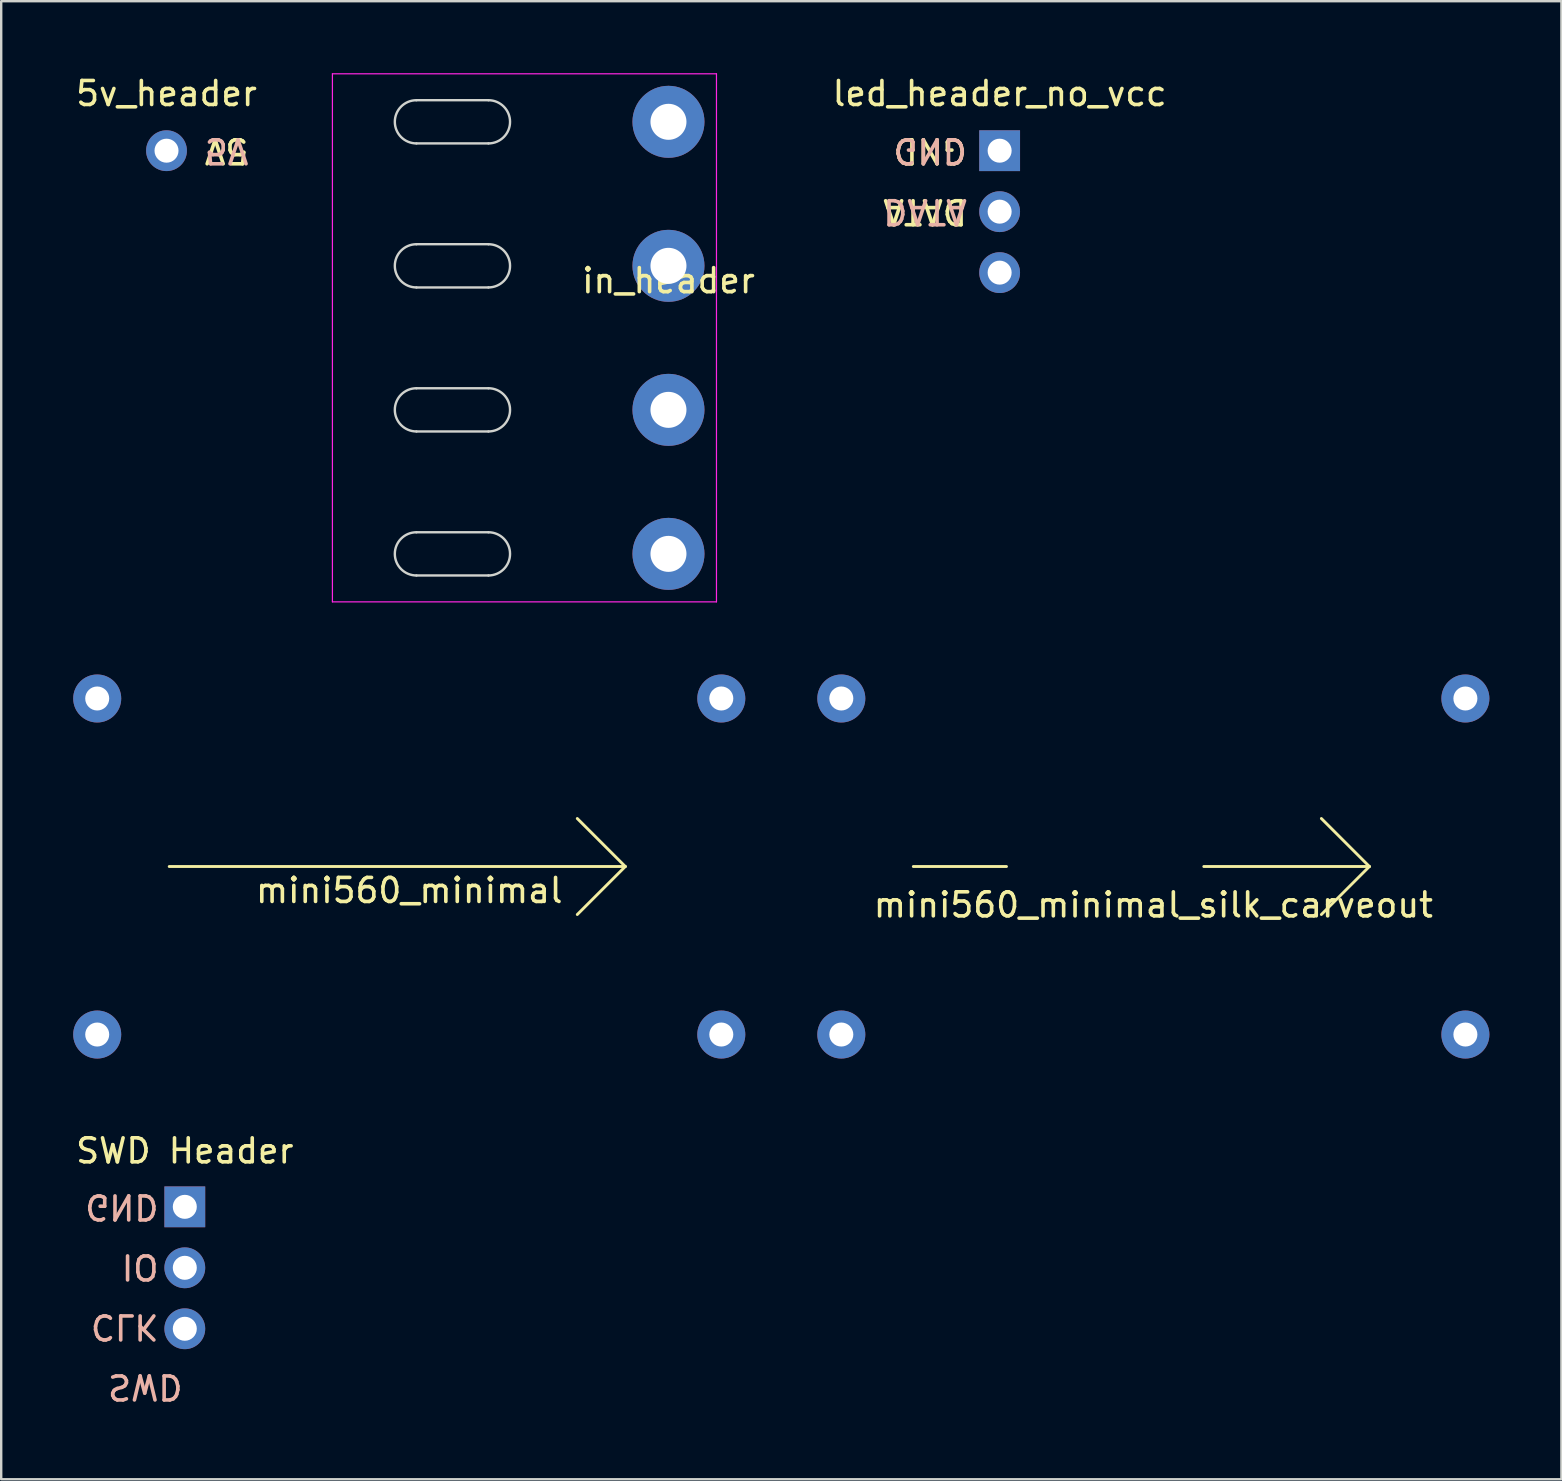
<source format=kicad_pcb>
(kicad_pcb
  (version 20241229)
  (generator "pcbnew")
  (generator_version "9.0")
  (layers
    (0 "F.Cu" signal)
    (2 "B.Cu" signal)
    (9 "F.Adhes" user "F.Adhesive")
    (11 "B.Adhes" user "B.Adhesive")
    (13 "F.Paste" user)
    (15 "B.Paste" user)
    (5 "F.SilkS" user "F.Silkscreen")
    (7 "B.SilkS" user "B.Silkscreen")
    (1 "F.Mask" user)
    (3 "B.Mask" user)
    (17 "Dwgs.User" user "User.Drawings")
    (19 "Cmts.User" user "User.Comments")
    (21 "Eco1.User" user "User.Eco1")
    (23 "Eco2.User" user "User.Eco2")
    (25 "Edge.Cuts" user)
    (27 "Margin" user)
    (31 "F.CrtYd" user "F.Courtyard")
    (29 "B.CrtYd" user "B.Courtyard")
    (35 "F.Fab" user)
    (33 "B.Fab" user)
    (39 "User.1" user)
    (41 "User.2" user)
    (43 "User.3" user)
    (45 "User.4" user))
  (footprint "in_header"
    (layer "F.Cu")
    (at 24.799 11.025)
    (property "Reference" "in_header" (at 0 -2.38 180) (layer "F.SilkS") (effects (font (size 1 1) (thickness 0.15))))
    (attr through_hole dnp)
    (fp_line (start -10.5 -9.9) (end -7.5 -9.9) (stroke (width 0.1) (type solid)) (layer "Edge.Cuts"))
    (fp_line (start -10.5 -8.1) (end -7.5 -8.1) (stroke (width 0.1) (type solid)) (layer "Edge.Cuts"))
    (fp_line (start -10.5 -3.9) (end -7.5 -3.9) (stroke (width 0.1) (type solid)) (layer "Edge.Cuts"))
    (fp_line (start -10.5 -2.1) (end -7.5 -2.1) (stroke (width 0.1) (type solid)) (layer "Edge.Cuts"))
    (fp_line (start -10.5 2.1) (end -7.5 2.1) (stroke (width 0.1) (type solid)) (layer "Edge.Cuts"))
    (fp_line (start -10.5 3.9) (end -7.5 3.9) (stroke (width 0.1) (type solid)) (layer "Edge.Cuts"))
    (fp_line (start -10.5 8.1) (end -7.5 8.1) (stroke (width 0.1) (type solid)) (layer "Edge.Cuts"))
    (fp_line (start -10.5 9.9) (end -7.5 9.9) (stroke (width 0.1) (type solid)) (layer "Edge.Cuts"))
    (fp_arc (start -10.5 -8.1) (mid -11.4 -9) (end -10.5 -9.9) (stroke (width 0.1) (type solid)) (layer "Edge.Cuts"))
    (fp_arc (start -10.5 -2.1) (mid -11.4 -3) (end -10.5 -3.9) (stroke (width 0.1) (type solid)) (layer "Edge.Cuts"))
    (fp_arc (start -10.5 3.9) (mid -11.4 3) (end -10.5 2.1) (stroke (width 0.1) (type solid)) (layer "Edge.Cuts"))
    (fp_arc (start -10.5 9.9) (mid -11.4 9) (end -10.5 8.1) (stroke (width 0.1) (type solid)) (layer "Edge.Cuts"))
    (fp_arc (start -7.5 -9.9) (mid -6.6 -9) (end -7.5 -8.1) (stroke (width 0.1) (type solid)) (layer "Edge.Cuts"))
    (fp_arc (start -7.5 -3.9) (mid -6.6 -3) (end -7.5 -2.1) (stroke (width 0.1) (type solid)) (layer "Edge.Cuts"))
    (fp_arc (start -7.5 2.1) (mid -6.6 3) (end -7.5 3.9) (stroke (width 0.1) (type solid)) (layer "Edge.Cuts"))
    (fp_arc (start -7.5 8.1) (mid -6.6 9) (end -7.5 9.9) (stroke (width 0.1) (type solid)) (layer "Edge.Cuts"))
    (fp_line (start -14 11) (end -14 -11) (stroke (width 0.05) (type solid)) (layer "F.CrtYd"))
    (fp_line (start 2 -11) (end -14 -11) (stroke (width 0.05) (type solid)) (layer "F.CrtYd"))
    (fp_line (start 2 11) (end -14 11) (stroke (width 0.05) (type solid)) (layer "F.CrtYd"))
    (fp_line (start 2 11) (end 2 -11) (stroke (width 0.05) (type solid)) (layer "F.CrtYd"))
    (pad "1" thru_hole circle (at 0 -9) (size 3 3) (drill 1.5) (layers "*.Cu" "*.Mask"))
    (pad "2" thru_hole circle (at 0 -3) (size 3 3) (drill 1.5) (layers "*.Cu" "*.Mask"))
    (pad "3" thru_hole circle (at 0 3) (size 3 3) (drill 1.5) (layers "*.Cu" "*.Mask"))
    (pad "4" thru_hole circle (at 0 9) (size 3 3) (drill 1.5) (layers "*.Cu" "*.Mask")))
  (footprint "SWD Header"
    (layer "F.Cu")
    (at 4.649 47.228)
    (property "Reference" "SWD Header" (at 0 -2.33 0) (layer "F.SilkS") (effects (font (size 1 1) (thickness 0.15))))
    (attr through_hole dnp)
    (fp_text user "GND" (at -1 0 180) (unlocked yes) (layer "B.SilkS") (effects (font (size 1 1) (thickness 0.15)) (justify right mirror)))
    (fp_text user "CLK" (at -1 5 180) (unlocked yes) (layer "B.SilkS") (effects (font (size 1 1) (thickness 0.15)) (justify right mirror)))
    (fp_text user "IO" (at -1 2.5 180) (unlocked yes) (layer "B.SilkS") (effects (font (size 1 1) (thickness 0.15)) (justify right mirror)))
    (fp_text user "SWD" (at 0 7.5 180) (unlocked yes) (layer "B.SilkS") (effects (font (size 1 1) (thickness 0.15)) (justify right mirror)))
    (pad "1" thru_hole rect (at 0 0) (size 1.7 1.7) (drill 1) (layers "*.Cu" "*.Mask"))
    (pad "2" thru_hole oval (at 0 2.54) (size 1.7 1.7) (drill 1) (layers "*.Cu" "*.Mask"))
    (pad "3" thru_hole oval (at 0 5.08) (size 1.7 1.7) (drill 1) (layers "*.Cu" "*.Mask")))
  (footprint "5v_header"
    (layer "F.Cu")
    (at 3.887 3.228)
    (property "Reference" "5v_header" (at 0 -2.38 0) (layer "F.SilkS") (effects (font (size 1 1) (thickness 0.15))))
    (attr through_hole exclude_from_bom dnp)
    (fp_text user "5V" (at 1.5 0 180) (unlocked yes) (layer "F.SilkS") (effects (font (size 1 1) (thickness 0.15)) (justify right)))
    (fp_text user "5V" (at 1.5 -0.000001 180) (unlocked yes) (layer "B.SilkS") (effects (font (size 1 1) (thickness 0.15)) (justify left mirror)))
    (pad "1" thru_hole circle (at 0 0) (size 1.7 1.7) (drill 1) (layers "*.Cu" "*.Mask")))
  (footprint "led_header_no_vcc"
    (layer "F.Cu")
    (at 38.596 3.228)
    (property "Reference" "led_header_no_vcc" (at 0 -2.38 180) (layer "F.SilkS") (effects (font (size 1 1) (thickness 0.15))))
    (attr through_hole dnp)
    (fp_text user "DATA" (at -1.27 2.54 180) (unlocked yes) (layer "F.SilkS") (effects (font (size 1 1) (thickness 0.15)) (justify left)))
    (fp_text user "GND" (at -1.27 0 180) (unlocked yes) (layer "F.SilkS") (effects (font (size 1 1) (thickness 0.15)) (justify left)))
    (fp_text user "DATA" (at -1.27 2.54 180) (unlocked yes) (layer "B.SilkS") (effects (font (size 1 1) (thickness 0.15)) (justify right mirror)))
    (fp_text user "GND" (at -1.27 0 180) (unlocked yes) (layer "B.SilkS") (effects (font (size 1 1) (thickness 0.15)) (justify right mirror)))
    (pad "1" thru_hole rect (at 0 0) (size 1.7 1.7) (drill 1) (layers "*.Cu" "*.Mask"))
    (pad "2" thru_hole circle (at 0 2.54) (size 1.7 1.7) (drill 1) (layers "*.Cu" "*.Mask"))
    (pad "3" thru_hole circle (at 0 5.08) (size 1.7 1.7) (drill 1) (layers "*.Cu" "*.Mask")))
  (footprint "mini560_minimal_silk_carveout"
    (layer "F.Cu")
    (at 45 33.05)
    (property "Reference" "mini560_minimal_silk_carveout" (at 0 1.6 180) (layer "F.SilkS") (effects (font (size 1 1) (thickness 0.15))))
    (attr through_hole dnp)
    (fp_line (start -10 0) (end -6.119 0) (stroke (width 0.12) (type solid)) (layer "F.SilkS"))
    (fp_line (start 2.102 0) (end 9 0) (stroke (width 0.12) (type solid)) (layer "F.SilkS"))
    (fp_line (start 9 0) (end 7 -2) (stroke (width 0.12) (type solid)) (layer "F.SilkS"))
    (fp_line (start 9 0) (end 7 2) (stroke (width 0.12) (type solid)) (layer "F.SilkS"))
    (pad "1" thru_hole circle (at -13 -7) (size 2 2) (drill 1) (layers "*.Cu" "*.Mask"))
    (pad "2" thru_hole circle (at -13 7) (size 2 2) (drill 1) (layers "*.Cu" "*.Mask"))
    (pad "3" thru_hole circle (at 13 -7) (size 2 2) (drill 1) (layers "*.Cu" "*.Mask"))
    (pad "4" thru_hole circle (at 13 7) (size 2 2) (drill 1) (layers "*.Cu" "*.Mask")))
  (footprint "mini560_minimal"
    (layer "F.Cu")
    (at 14 33.05)
    (property "Reference" "mini560_minimal" (at 0 1 180) (layer "F.SilkS") (effects (font (size 1 1) (thickness 0.15))))
    (attr through_hole dnp)
    (fp_line (start -10 0) (end 9 0) (stroke (width 0.12) (type solid)) (layer "F.SilkS"))
    (fp_line (start 9 0) (end 7 -2) (stroke (width 0.12) (type solid)) (layer "F.SilkS"))
    (fp_line (start 9 0) (end 7 2) (stroke (width 0.12) (type solid)) (layer "F.SilkS"))
    (pad "1" thru_hole circle (at -13 -7) (size 2 2) (drill 1) (layers "*.Cu" "*.Mask"))
    (pad "2" thru_hole circle (at -13 7) (size 2 2) (drill 1) (layers "*.Cu" "*.Mask"))
    (pad "3" thru_hole circle (at 13 -7) (size 2 2) (drill 1) (layers "*.Cu" "*.Mask"))
    (pad "4" thru_hole circle (at 13 7) (size 2 2) (drill 1) (layers "*.Cu" "*.Mask")))
  (gr_rect
    (start -3 -3)
    (end 62 58.577)
    (stroke (width 0.1) (type default))
    (fill no)
    (layer "Edge.Cuts")))
</source>
